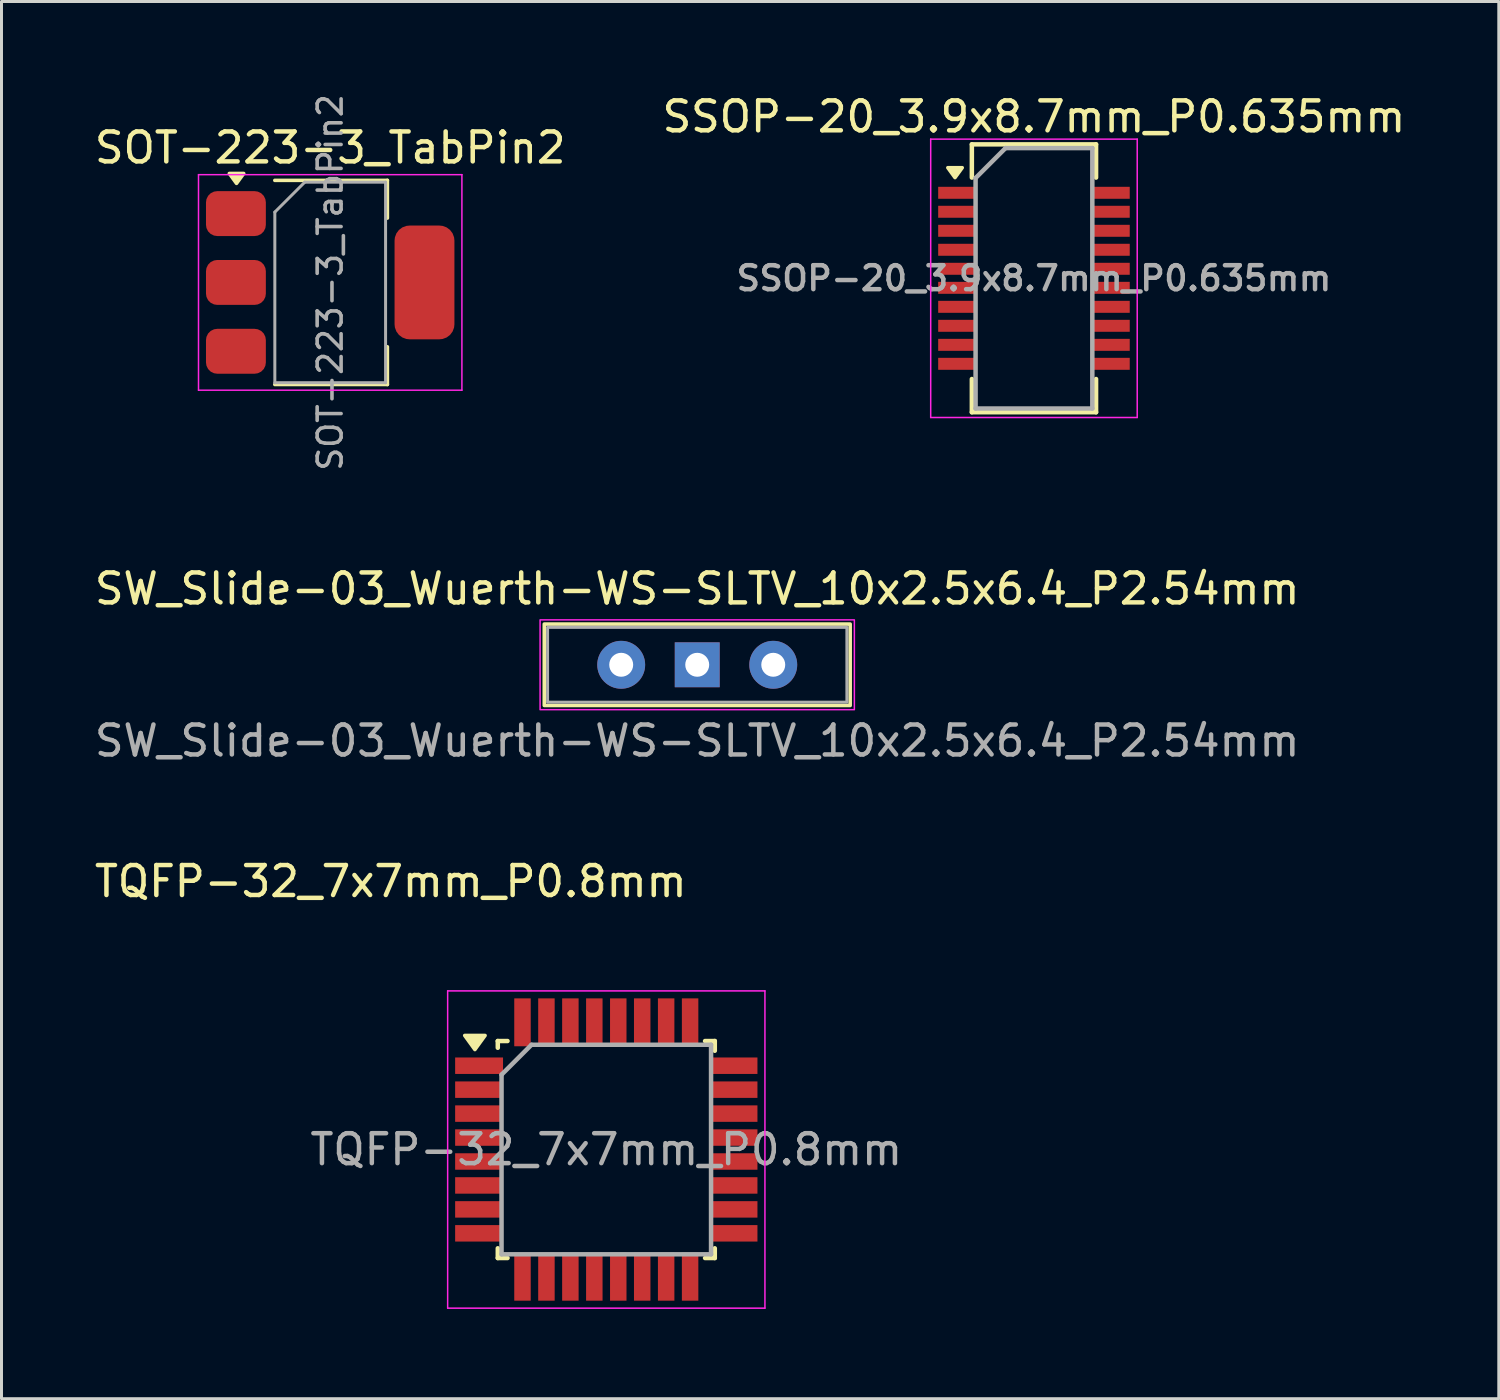
<source format=kicad_pcb>
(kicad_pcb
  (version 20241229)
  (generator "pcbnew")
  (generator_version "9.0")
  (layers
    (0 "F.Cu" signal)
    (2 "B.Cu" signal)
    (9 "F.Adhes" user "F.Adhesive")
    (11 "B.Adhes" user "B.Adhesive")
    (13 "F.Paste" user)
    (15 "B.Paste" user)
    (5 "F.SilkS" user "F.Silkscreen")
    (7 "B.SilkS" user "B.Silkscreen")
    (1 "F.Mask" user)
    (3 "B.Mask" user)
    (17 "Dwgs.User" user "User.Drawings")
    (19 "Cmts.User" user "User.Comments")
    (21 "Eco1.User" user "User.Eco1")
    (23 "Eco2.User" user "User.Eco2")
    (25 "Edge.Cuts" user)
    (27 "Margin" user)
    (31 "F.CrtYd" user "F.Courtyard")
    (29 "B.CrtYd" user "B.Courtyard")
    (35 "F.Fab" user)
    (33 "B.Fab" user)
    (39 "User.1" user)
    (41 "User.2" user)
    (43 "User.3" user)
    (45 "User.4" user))
  (footprint "SOT-223-3_TabPin2"
    (layer "F.Cu")
    (at 7.982 6.386)
    (property "Reference" "SOT-223-3_TabPin2" (at 0 -4.5 180) (layer "F.SilkS") (effects (font (size 1 1) (thickness 0.15))))
    (attr smd)
    (fp_line (start -1.85 -3.41) (end 1.91 -3.41) (stroke (width 0.12) (type solid)) (layer "F.SilkS"))
    (fp_line (start -1.85 3.41) (end 1.91 3.41) (stroke (width 0.12) (type solid)) (layer "F.SilkS"))
    (fp_line (start 1.91 -3.41) (end 1.91 -2.15) (stroke (width 0.12) (type solid)) (layer "F.SilkS"))
    (fp_line (start 1.91 3.41) (end 1.91 2.15) (stroke (width 0.12) (type solid)) (layer "F.SilkS"))
    (fp_poly (pts (xy -3.13 -3.31) (xy -3.37 -3.64) (xy -2.89 -3.64) (xy -3.13 -3.31)) (stroke (width 0.12) (type solid)) (fill yes) (layer "F.SilkS"))
    (fp_line (start -4.4 -3.6) (end -4.4 3.6) (stroke (width 0.05) (type solid)) (layer "F.CrtYd"))
    (fp_line (start -4.4 3.6) (end 4.4 3.6) (stroke (width 0.05) (type solid)) (layer "F.CrtYd"))
    (fp_line (start 4.4 -3.6) (end -4.4 -3.6) (stroke (width 0.05) (type solid)) (layer "F.CrtYd"))
    (fp_line (start 4.4 3.6) (end 4.4 -3.6) (stroke (width 0.05) (type solid)) (layer "F.CrtYd"))
    (fp_line (start -1.85 -2.35) (end -1.85 3.35) (stroke (width 0.1) (type solid)) (layer "F.Fab"))
    (fp_line (start -1.85 -2.35) (end -0.85 -3.35) (stroke (width 0.1) (type solid)) (layer "F.Fab"))
    (fp_line (start -1.85 3.35) (end 1.85 3.35) (stroke (width 0.1) (type solid)) (layer "F.Fab"))
    (fp_line (start -0.85 -3.35) (end 1.85 -3.35) (stroke (width 0.1) (type solid)) (layer "F.Fab"))
    (fp_line (start 1.85 -3.35) (end 1.85 3.35) (stroke (width 0.1) (type solid)) (layer "F.Fab"))
    (fp_text user "${REFERENCE}" (at 0 0 90) (layer "F.Fab") (effects (font (size 0.8 0.8) (thickness 0.12))))
    (pad "1" smd roundrect (at -3.15 -2.3) (size 2 1.5) (layers "F.Cu" "F.Mask" "F.Paste") (roundrect_rratio 0.25))
    (pad "2" smd roundrect (at -3.15 0) (size 2 1.5) (layers "F.Cu" "F.Mask" "F.Paste") (roundrect_rratio 0.25))
    (pad "2" smd roundrect (at 3.15 0) (size 2 3.8) (layers "F.Cu" "F.Mask" "F.Paste") (roundrect_rratio 0.25))
    (pad "3" smd roundrect (at -3.15 2.3) (size 2 1.5) (layers "F.Cu" "F.Mask" "F.Paste") (roundrect_rratio 0.25)))
  (footprint "SSOP-20_3.9x8.7mm_P0.635mm"
    (layer "F.Cu")
    (at 31.494 6.248)
    (property "Reference" "SSOP-20_3.9x8.7mm_P0.635mm" (at 0 -5.4 180) (layer "F.SilkS") (effects (font (size 1 1) (thickness 0.15))))
    (attr smd)
    (fp_line (start -2.075 -4.475) (end 2.075 -4.475) (stroke (width 0.15) (type solid)) (layer "F.SilkS"))
    (fp_line (start -2.075 -3.365) (end -2.075 -4.475) (stroke (width 0.15) (type solid)) (layer "F.SilkS"))
    (fp_line (start -2.075 4.475) (end -2.075 3.365) (stroke (width 0.15) (type solid)) (layer "F.SilkS"))
    (fp_line (start -2.075 4.475) (end 2.075 4.475) (stroke (width 0.15) (type solid)) (layer "F.SilkS"))
    (fp_line (start 2.075 -4.475) (end 2.075 -3.365) (stroke (width 0.15) (type solid)) (layer "F.SilkS"))
    (fp_line (start 2.075 4.475) (end 2.075 3.365) (stroke (width 0.15) (type solid)) (layer "F.SilkS"))
    (fp_poly (pts (xy -2.638 -3.365) (xy -2.877 -3.695) (xy -2.397 -3.695) (xy -2.638 -3.365)) (stroke (width 0.12) (type solid)) (fill yes) (layer "F.SilkS"))
    (fp_line (start -3.45 -4.65) (end -3.45 4.65) (stroke (width 0.05) (type solid)) (layer "F.CrtYd"))
    (fp_line (start -3.45 -4.65) (end 3.45 -4.65) (stroke (width 0.05) (type solid)) (layer "F.CrtYd"))
    (fp_line (start -3.45 4.65) (end 3.45 4.65) (stroke (width 0.05) (type solid)) (layer "F.CrtYd"))
    (fp_line (start 3.45 -4.65) (end 3.45 4.65) (stroke (width 0.05) (type solid)) (layer "F.CrtYd"))
    (fp_line (start -1.95 -3.35) (end -0.95 -4.35) (stroke (width 0.15) (type solid)) (layer "F.Fab"))
    (fp_line (start -1.95 4.35) (end -1.95 -3.35) (stroke (width 0.15) (type solid)) (layer "F.Fab"))
    (fp_line (start -0.95 -4.35) (end 1.95 -4.35) (stroke (width 0.15) (type solid)) (layer "F.Fab"))
    (fp_line (start 1.95 -4.35) (end 1.95 4.35) (stroke (width 0.15) (type solid)) (layer "F.Fab"))
    (fp_line (start 1.95 4.35) (end -1.95 4.35) (stroke (width 0.15) (type solid)) (layer "F.Fab"))
    (fp_text user "${REFERENCE}" (at 0 0 180) (layer "F.Fab") (effects (font (size 0.8 0.8) (thickness 0.15))))
    (pad "1" smd rect (at -2.6 -2.857) (size 1.2 0.4) (layers "F.Cu" "F.Mask" "F.Paste"))
    (pad "2" smd rect (at -2.6 -2.223) (size 1.2 0.4) (layers "F.Cu" "F.Mask" "F.Paste"))
    (pad "3" smd rect (at -2.6 -1.587) (size 1.2 0.4) (layers "F.Cu" "F.Mask" "F.Paste"))
    (pad "4" smd rect (at -2.6 -0.953) (size 1.2 0.4) (layers "F.Cu" "F.Mask" "F.Paste"))
    (pad "5" smd rect (at -2.6 -0.318) (size 1.2 0.4) (layers "F.Cu" "F.Mask" "F.Paste"))
    (pad "6" smd rect (at -2.6 0.318) (size 1.2 0.4) (layers "F.Cu" "F.Mask" "F.Paste"))
    (pad "7" smd rect (at -2.6 0.953) (size 1.2 0.4) (layers "F.Cu" "F.Mask" "F.Paste"))
    (pad "8" smd rect (at -2.6 1.587) (size 1.2 0.4) (layers "F.Cu" "F.Mask" "F.Paste"))
    (pad "9" smd rect (at -2.6 2.223) (size 1.2 0.4) (layers "F.Cu" "F.Mask" "F.Paste"))
    (pad "10" smd rect (at -2.6 2.857) (size 1.2 0.4) (layers "F.Cu" "F.Mask" "F.Paste"))
    (pad "11" smd rect (at 2.6 2.857) (size 1.2 0.4) (layers "F.Cu" "F.Mask" "F.Paste"))
    (pad "12" smd rect (at 2.6 2.223) (size 1.2 0.4) (layers "F.Cu" "F.Mask" "F.Paste"))
    (pad "13" smd rect (at 2.6 1.587) (size 1.2 0.4) (layers "F.Cu" "F.Mask" "F.Paste"))
    (pad "14" smd rect (at 2.6 0.953) (size 1.2 0.4) (layers "F.Cu" "F.Mask" "F.Paste"))
    (pad "15" smd rect (at 2.6 0.318) (size 1.2 0.4) (layers "F.Cu" "F.Mask" "F.Paste"))
    (pad "16" smd rect (at 2.6 -0.318) (size 1.2 0.4) (layers "F.Cu" "F.Mask" "F.Paste"))
    (pad "17" smd rect (at 2.6 -0.953) (size 1.2 0.4) (layers "F.Cu" "F.Mask" "F.Paste"))
    (pad "18" smd rect (at 2.6 -1.587) (size 1.2 0.4) (layers "F.Cu" "F.Mask" "F.Paste"))
    (pad "19" smd rect (at 2.6 -2.223) (size 1.2 0.4) (layers "F.Cu" "F.Mask" "F.Paste"))
    (pad "20" smd rect (at 2.6 -2.857) (size 1.2 0.4) (layers "F.Cu" "F.Mask" "F.Paste")))
  (footprint "SW_Slide-03_Wuerth-WS-SLTV_10x2.5x6.4_P2.54mm"
    (layer "F.Cu")
    (at 20.244 19.16)
    (property "Reference" "SW_Slide-03_Wuerth-WS-SLTV_10x2.5x6.4_P2.54mm" (at 0 -2.54 0) (layer "F.SilkS") (effects (font (size 1 1) (thickness 0.15))))
    (attr through_hole)
    (fp_rect (start -5.11 -1.36) (end 5.11 1.36) (stroke (width 0.12) (type default)) (fill no) (layer "F.SilkS"))
    (fp_rect (start -5.25 -1.5) (end 5.25 1.5) (stroke (width 0.05) (type default)) (fill no) (layer "F.CrtYd"))
    (fp_rect (start -5 -1.25) (end 5 1.25) (stroke (width 0.1) (type default)) (fill no) (layer "F.Fab"))
    (fp_text user "${REFERENCE}" (at 0 2.54 0) (layer "F.Fab") (effects (font (size 1 1) (thickness 0.15))))
    (pad "1" thru_hole rect (at 0 0) (size 1.5 1.5) (drill 0.8) (layers "*.Cu" "*.Mask"))
    (pad "2" thru_hole circle (at -2.54 0) (size 1.6 1.6) (drill 0.8) (layers "*.Cu" "*.Mask"))
    (pad "3" thru_hole circle (at 2.54 0) (size 1.6 1.6) (drill 0.8) (layers "*.Cu" "*.Mask")))
  (footprint "TQFP-32_7x7mm_P0.8mm"
    (layer "F.Cu")
    (at 17.206 35.355)
    (property "Reference" "TQFP-32_7x7mm_P0.8mm" (at -7.2 -8.959 0) (layer "F.SilkS") (effects (font (size 1 1) (thickness 0.15))))
    (attr smd)
    (fp_line (start -3.625 -3.625) (end -3.625 -3.4) (stroke (width 0.15) (type solid)) (layer "F.SilkS"))
    (fp_line (start -3.625 -3.625) (end -3.3 -3.625) (stroke (width 0.15) (type solid)) (layer "F.SilkS"))
    (fp_line (start -3.625 3.625) (end -3.625 3.3) (stroke (width 0.15) (type solid)) (layer "F.SilkS"))
    (fp_line (start -3.625 3.625) (end -3.3 3.625) (stroke (width 0.15) (type solid)) (layer "F.SilkS"))
    (fp_line (start 3.625 -3.625) (end 3.3 -3.625) (stroke (width 0.15) (type solid)) (layer "F.SilkS"))
    (fp_line (start 3.625 -3.625) (end 3.625 -3.3) (stroke (width 0.15) (type solid)) (layer "F.SilkS"))
    (fp_line (start 3.625 3.625) (end 3.3 3.625) (stroke (width 0.15) (type solid)) (layer "F.SilkS"))
    (fp_line (start 3.625 3.625) (end 3.625 3.3) (stroke (width 0.15) (type solid)) (layer "F.SilkS"))
    (fp_poly (pts (xy -4.39 -3.34) (xy -4.73 -3.81) (xy -4.05 -3.81) (xy -4.39 -3.34)) (stroke (width 0.12) (type solid)) (fill yes) (layer "F.SilkS"))
    (fp_line (start -5.3 -5.3) (end -5.3 5.3) (stroke (width 0.05) (type solid)) (layer "F.CrtYd"))
    (fp_line (start -5.3 -5.3) (end 5.3 -5.3) (stroke (width 0.05) (type solid)) (layer "F.CrtYd"))
    (fp_line (start -5.3 5.3) (end 5.3 5.3) (stroke (width 0.05) (type solid)) (layer "F.CrtYd"))
    (fp_line (start 5.3 -5.3) (end 5.3 5.3) (stroke (width 0.05) (type solid)) (layer "F.CrtYd"))
    (fp_line (start -3.5 -2.5) (end -2.5 -3.5) (stroke (width 0.15) (type solid)) (layer "F.Fab"))
    (fp_line (start -3.5 3.5) (end -3.5 -2.5) (stroke (width 0.15) (type solid)) (layer "F.Fab"))
    (fp_line (start -2.5 -3.5) (end 3.5 -3.5) (stroke (width 0.15) (type solid)) (layer "F.Fab"))
    (fp_line (start 3.5 -3.5) (end 3.5 3.5) (stroke (width 0.15) (type solid)) (layer "F.Fab"))
    (fp_line (start 3.5 3.5) (end -3.5 3.5) (stroke (width 0.15) (type solid)) (layer "F.Fab"))
    (fp_text user "${REFERENCE}" (at 0 0 0) (layer "F.Fab") (effects (font (size 1 1) (thickness 0.15))))
    (pad "1" smd rect (at -4.25 -2.8) (size 1.6 0.55) (layers "F.Cu" "F.Mask" "F.Paste"))
    (pad "2" smd rect (at -4.25 -2) (size 1.6 0.55) (layers "F.Cu" "F.Mask" "F.Paste"))
    (pad "3" smd rect (at -4.25 -1.2) (size 1.6 0.55) (layers "F.Cu" "F.Mask" "F.Paste"))
    (pad "4" smd rect (at -4.25 -0.4) (size 1.6 0.55) (layers "F.Cu" "F.Mask" "F.Paste"))
    (pad "5" smd rect (at -4.25 0.4) (size 1.6 0.55) (layers "F.Cu" "F.Mask" "F.Paste"))
    (pad "6" smd rect (at -4.25 1.2) (size 1.6 0.55) (layers "F.Cu" "F.Mask" "F.Paste"))
    (pad "7" smd rect (at -4.25 2) (size 1.6 0.55) (layers "F.Cu" "F.Mask" "F.Paste"))
    (pad "8" smd rect (at -4.25 2.8) (size 1.6 0.55) (layers "F.Cu" "F.Mask" "F.Paste"))
    (pad "9" smd rect (at -2.8 4.25 90) (size 1.6 0.55) (layers "F.Cu" "F.Mask" "F.Paste"))
    (pad "10" smd rect (at -2 4.25 90) (size 1.6 0.55) (layers "F.Cu" "F.Mask" "F.Paste"))
    (pad "11" smd rect (at -1.2 4.25 90) (size 1.6 0.55) (layers "F.Cu" "F.Mask" "F.Paste"))
    (pad "12" smd rect (at -0.4 4.25 90) (size 1.6 0.55) (layers "F.Cu" "F.Mask" "F.Paste"))
    (pad "13" smd rect (at 0.4 4.25 90) (size 1.6 0.55) (layers "F.Cu" "F.Mask" "F.Paste"))
    (pad "14" smd rect (at 1.2 4.25 90) (size 1.6 0.55) (layers "F.Cu" "F.Mask" "F.Paste"))
    (pad "15" smd rect (at 2 4.25 90) (size 1.6 0.55) (layers "F.Cu" "F.Mask" "F.Paste"))
    (pad "16" smd rect (at 2.8 4.25 90) (size 1.6 0.55) (layers "F.Cu" "F.Mask" "F.Paste"))
    (pad "17" smd rect (at 4.25 2.8) (size 1.6 0.55) (layers "F.Cu" "F.Mask" "F.Paste"))
    (pad "18" smd rect (at 4.25 2) (size 1.6 0.55) (layers "F.Cu" "F.Mask" "F.Paste"))
    (pad "19" smd rect (at 4.25 1.2) (size 1.6 0.55) (layers "F.Cu" "F.Mask" "F.Paste"))
    (pad "20" smd rect (at 4.25 0.4) (size 1.6 0.55) (layers "F.Cu" "F.Mask" "F.Paste"))
    (pad "21" smd rect (at 4.25 -0.4) (size 1.6 0.55) (layers "F.Cu" "F.Mask" "F.Paste"))
    (pad "22" smd rect (at 4.25 -1.2) (size 1.6 0.55) (layers "F.Cu" "F.Mask" "F.Paste"))
    (pad "23" smd rect (at 4.25 -2) (size 1.6 0.55) (layers "F.Cu" "F.Mask" "F.Paste"))
    (pad "24" smd rect (at 4.25 -2.8) (size 1.6 0.55) (layers "F.Cu" "F.Mask" "F.Paste"))
    (pad "25" smd rect (at 2.8 -4.25 90) (size 1.6 0.55) (layers "F.Cu" "F.Mask" "F.Paste"))
    (pad "26" smd rect (at 2 -4.25 90) (size 1.6 0.55) (layers "F.Cu" "F.Mask" "F.Paste"))
    (pad "27" smd rect (at 1.2 -4.25 90) (size 1.6 0.55) (layers "F.Cu" "F.Mask" "F.Paste"))
    (pad "28" smd rect (at 0.4 -4.25 90) (size 1.6 0.55) (layers "F.Cu" "F.Mask" "F.Paste"))
    (pad "29" smd rect (at -0.4 -4.25 90) (size 1.6 0.55) (layers "F.Cu" "F.Mask" "F.Paste"))
    (pad "30" smd rect (at -1.2 -4.25 90) (size 1.6 0.55) (layers "F.Cu" "F.Mask" "F.Paste"))
    (pad "31" smd rect (at -2 -4.25 90) (size 1.6 0.55) (layers "F.Cu" "F.Mask" "F.Paste"))
    (pad "32" smd rect (at -2.8 -4.25 90) (size 1.6 0.55) (layers "F.Cu" "F.Mask" "F.Paste")))
  (gr_rect
    (start -3 -3)
    (end 47.024 43.68)
    (stroke (width 0.1) (type default))
    (fill no)
    (layer "Edge.Cuts")))
</source>
